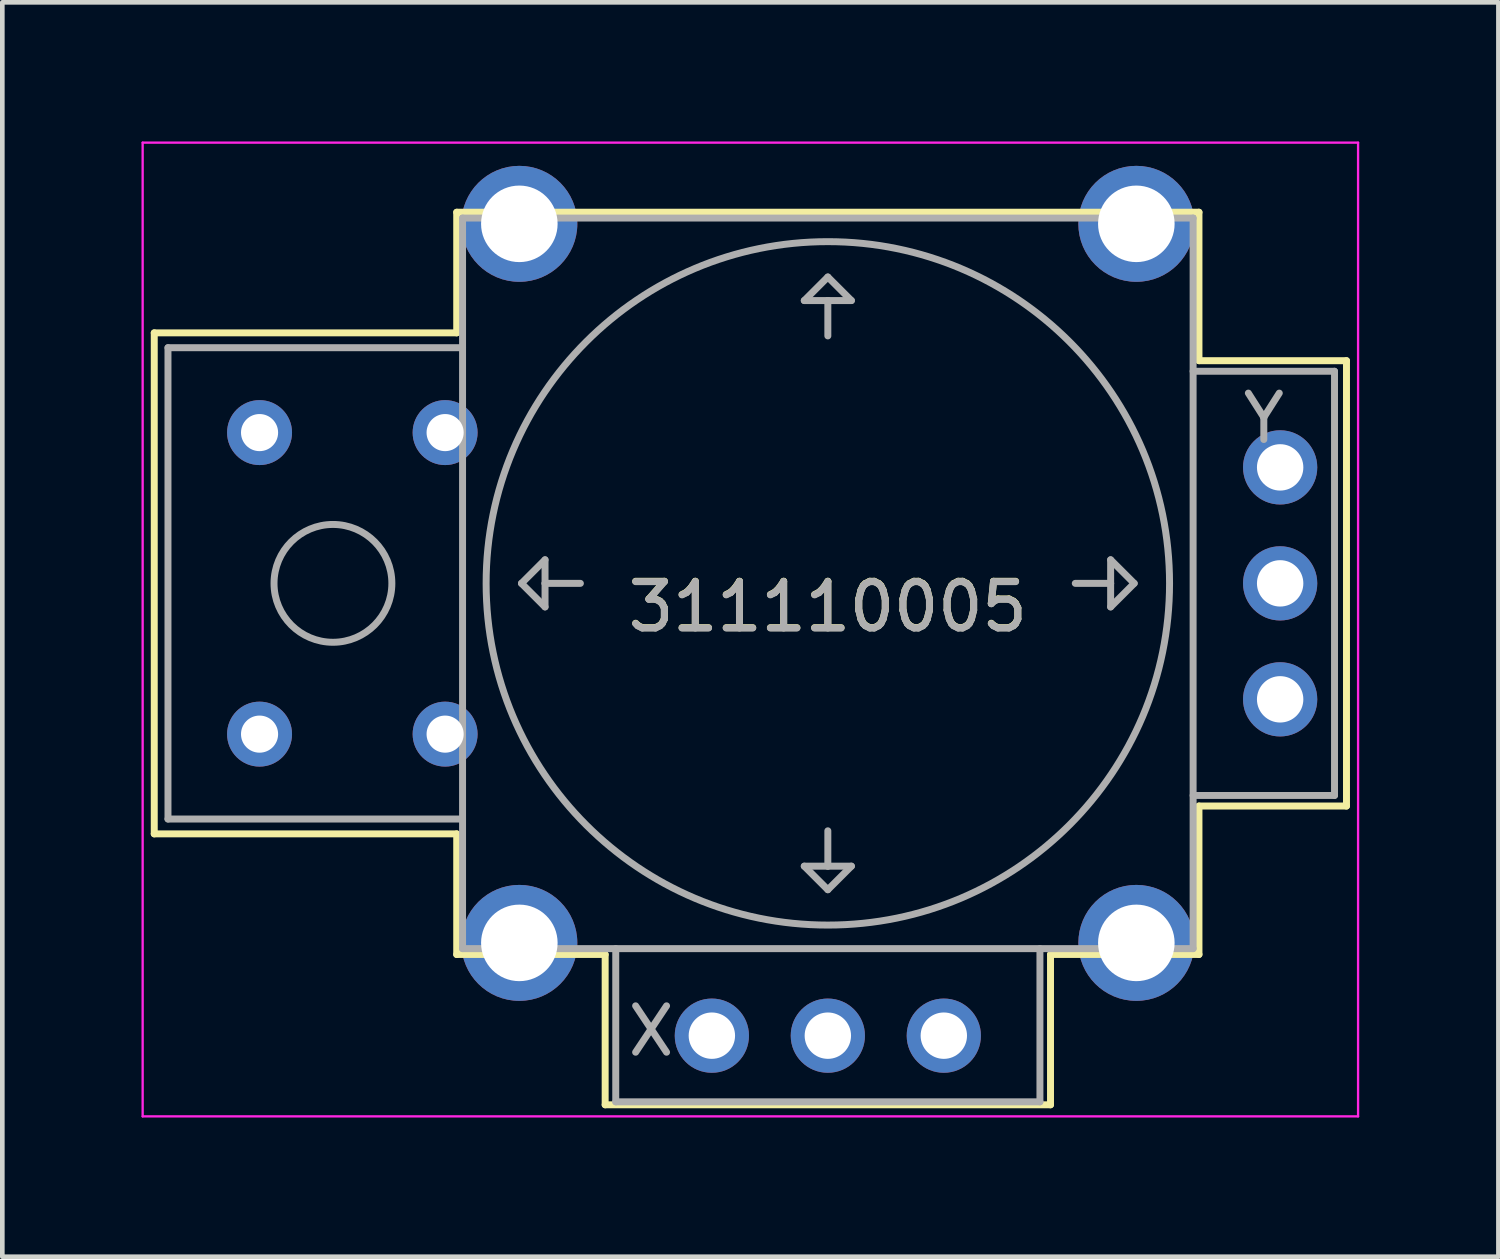
<source format=kicad_pcb>
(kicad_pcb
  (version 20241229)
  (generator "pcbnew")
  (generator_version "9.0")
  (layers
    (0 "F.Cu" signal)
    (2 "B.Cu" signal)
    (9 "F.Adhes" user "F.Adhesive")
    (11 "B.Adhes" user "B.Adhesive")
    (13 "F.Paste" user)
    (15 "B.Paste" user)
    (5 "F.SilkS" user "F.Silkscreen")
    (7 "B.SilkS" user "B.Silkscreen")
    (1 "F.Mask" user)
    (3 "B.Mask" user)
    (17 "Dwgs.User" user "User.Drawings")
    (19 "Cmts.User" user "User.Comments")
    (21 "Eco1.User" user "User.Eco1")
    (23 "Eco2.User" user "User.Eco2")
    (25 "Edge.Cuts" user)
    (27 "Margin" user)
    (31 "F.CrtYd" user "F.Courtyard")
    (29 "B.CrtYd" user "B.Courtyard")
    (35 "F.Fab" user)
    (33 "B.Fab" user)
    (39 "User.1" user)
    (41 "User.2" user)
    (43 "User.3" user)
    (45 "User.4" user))
  (footprint "311110005"
    (layer "F.Cu")
    (at 14.795 9.525)
    (property "Reference" "311110005" (at 0 0.5 0) (layer "F.SilkS") (effects (font (size 1 1) (thickness 0.15))))
    (attr through_hole)
    (fp_line (start -14.52 -5.4) (end -8 -5.4) (stroke (width 0.15) (type solid)) (layer "F.SilkS"))
    (fp_line (start -14.52 5.4) (end -14.52 -5.4) (stroke (width 0.15) (type solid)) (layer "F.SilkS"))
    (fp_line (start -8 -8) (end 8 -8) (stroke (width 0.15) (type solid)) (layer "F.SilkS"))
    (fp_line (start -8 -5.4) (end -8 -8) (stroke (width 0.15) (type solid)) (layer "F.SilkS"))
    (fp_line (start -8 5.4) (end -14.52 5.4) (stroke (width 0.15) (type solid)) (layer "F.SilkS"))
    (fp_line (start -8 8) (end -8 5.4) (stroke (width 0.15) (type solid)) (layer "F.SilkS"))
    (fp_line (start -4.8 8) (end -8 8) (stroke (width 0.15) (type solid)) (layer "F.SilkS"))
    (fp_line (start -4.8 11.24) (end -4.8 8) (stroke (width 0.15) (type solid)) (layer "F.SilkS"))
    (fp_line (start 4.8 8) (end 4.8 11.24) (stroke (width 0.15) (type solid)) (layer "F.SilkS"))
    (fp_line (start 4.8 11.24) (end -4.8 11.24) (stroke (width 0.15) (type solid)) (layer "F.SilkS"))
    (fp_line (start 8 -8) (end 8 -4.8) (stroke (width 0.15) (type solid)) (layer "F.SilkS"))
    (fp_line (start 8 -4.8) (end 11.18 -4.8) (stroke (width 0.15) (type solid)) (layer "F.SilkS"))
    (fp_line (start 8 4.8) (end 8 8) (stroke (width 0.15) (type solid)) (layer "F.SilkS"))
    (fp_line (start 8 8) (end 4.8 8) (stroke (width 0.15) (type solid)) (layer "F.SilkS"))
    (fp_line (start 11.18 -4.8) (end 11.18 4.8) (stroke (width 0.15) (type solid)) (layer "F.SilkS"))
    (fp_line (start 11.18 4.8) (end 8 4.8) (stroke (width 0.15) (type solid)) (layer "F.SilkS"))
    (fp_line (start -14.77 -9.5) (end 11.43 -9.5) (stroke (width 0.05) (type solid)) (layer "F.CrtYd"))
    (fp_line (start -14.77 11.49) (end -14.77 -9.5) (stroke (width 0.05) (type solid)) (layer "F.CrtYd"))
    (fp_line (start 11.43 -9.5) (end 11.43 11.49) (stroke (width 0.05) (type solid)) (layer "F.CrtYd"))
    (fp_line (start 11.43 11.49) (end -14.77 11.49) (stroke (width 0.05) (type solid)) (layer "F.CrtYd"))
    (fp_line (start -14.224 -5.08) (end -7.874 -5.08) (stroke (width 0.15) (type solid)) (layer "F.Fab"))
    (fp_line (start -14.224 5.08) (end -14.224 -5.08) (stroke (width 0.15) (type solid)) (layer "F.Fab"))
    (fp_line (start -7.874 -7.874) (end 7.874 -7.874) (stroke (width 0.15) (type solid)) (layer "F.Fab"))
    (fp_line (start -7.874 5.08) (end -14.224 5.08) (stroke (width 0.15) (type solid)) (layer "F.Fab"))
    (fp_line (start -7.874 7.874) (end -7.874 -7.874) (stroke (width 0.15) (type solid)) (layer "F.Fab"))
    (fp_line (start -6.604 0) (end -6.096 -0.508) (stroke (width 0.15) (type solid)) (layer "F.Fab"))
    (fp_line (start -6.096 -0.508) (end -6.096 0) (stroke (width 0.15) (type solid)) (layer "F.Fab"))
    (fp_line (start -6.096 0) (end -6.096 0.508) (stroke (width 0.15) (type solid)) (layer "F.Fab"))
    (fp_line (start -6.096 0) (end -5.334 0) (stroke (width 0.15) (type solid)) (layer "F.Fab"))
    (fp_line (start -6.096 0.508) (end -6.604 0) (stroke (width 0.15) (type solid)) (layer "F.Fab"))
    (fp_line (start -4.572 7.874) (end -4.572 11.176) (stroke (width 0.15) (type solid)) (layer "F.Fab"))
    (fp_line (start -4.572 11.176) (end 4.572 11.176) (stroke (width 0.15) (type solid)) (layer "F.Fab"))
    (fp_line (start -0.508 -6.096) (end 0 -6.604) (stroke (width 0.15) (type solid)) (layer "F.Fab"))
    (fp_line (start -0.508 6.096) (end 0 6.604) (stroke (width 0.15) (type solid)) (layer "F.Fab"))
    (fp_line (start 0 -6.604) (end 0.508 -6.096) (stroke (width 0.15) (type solid)) (layer "F.Fab"))
    (fp_line (start 0 -6.096) (end -0.508 -6.096) (stroke (width 0.15) (type solid)) (layer "F.Fab"))
    (fp_line (start 0 -6.096) (end 0 -5.334) (stroke (width 0.15) (type solid)) (layer "F.Fab"))
    (fp_line (start 0 5.334) (end 0 6.096) (stroke (width 0.15) (type solid)) (layer "F.Fab"))
    (fp_line (start 0 6.096) (end -0.508 6.096) (stroke (width 0.15) (type solid)) (layer "F.Fab"))
    (fp_line (start 0 6.604) (end 0.508 6.096) (stroke (width 0.15) (type solid)) (layer "F.Fab"))
    (fp_line (start 0.508 -6.096) (end 0 -6.096) (stroke (width 0.15) (type solid)) (layer "F.Fab"))
    (fp_line (start 0.508 6.096) (end 0 6.096) (stroke (width 0.15) (type solid)) (layer "F.Fab"))
    (fp_line (start 4.572 11.176) (end 4.572 7.874) (stroke (width 0.15) (type solid)) (layer "F.Fab"))
    (fp_line (start 6.096 -0.508) (end 6.096 0) (stroke (width 0.15) (type solid)) (layer "F.Fab"))
    (fp_line (start 6.096 0) (end 5.334 0) (stroke (width 0.15) (type solid)) (layer "F.Fab"))
    (fp_line (start 6.096 0) (end 6.096 0.508) (stroke (width 0.15) (type solid)) (layer "F.Fab"))
    (fp_line (start 6.096 0.508) (end 6.604 0) (stroke (width 0.15) (type solid)) (layer "F.Fab"))
    (fp_line (start 6.604 0) (end 6.096 -0.508) (stroke (width 0.15) (type solid)) (layer "F.Fab"))
    (fp_line (start 7.874 -7.874) (end 7.874 7.874) (stroke (width 0.15) (type solid)) (layer "F.Fab"))
    (fp_line (start 7.874 -4.572) (end 10.922 -4.572) (stroke (width 0.15) (type solid)) (layer "F.Fab"))
    (fp_line (start 7.874 7.874) (end -7.874 7.874) (stroke (width 0.15) (type solid)) (layer "F.Fab"))
    (fp_line (start 10.922 -4.572) (end 10.922 4.572) (stroke (width 0.15) (type solid)) (layer "F.Fab"))
    (fp_line (start 10.922 4.572) (end 7.874 4.572) (stroke (width 0.15) (type solid)) (layer "F.Fab"))
    (fp_circle (center -10.668 0) (end -9.398 0) (stroke (width 0.15) (type solid)) (fill no) (layer "F.Fab"))
    (fp_circle (center 0 0) (end 7.366 0) (stroke (width 0.15) (type solid)) (fill no) (layer "F.Fab"))
    (fp_text user "Y" (at 9.398 -3.556 0) (layer "F.Fab") (effects (font (size 1 1) (thickness 0.15))))
    (fp_text user "X" (at -3.81 9.652 0) (layer "F.Fab") (effects (font (size 1 1) (thickness 0.15))))
    (fp_text user "${REFERENCE}" (at 0 0.508 0) (layer "F.Fab") (effects (font (size 1 1) (thickness 0.15))))
    (pad "1" thru_hole circle (at -2.5 9.75) (size 1.6 1.6) (drill 1) (layers "*.Cu" "*.Mask"))
    (pad "2" thru_hole circle (at 0 9.75) (size 1.6 1.6) (drill 1) (layers "*.Cu" "*.Mask"))
    (pad "3" thru_hole circle (at 2.5 9.75) (size 1.6 1.6) (drill 1) (layers "*.Cu" "*.Mask"))
    (pad "4" thru_hole circle (at 9.75 2.5) (size 1.6 1.6) (drill 1) (layers "*.Cu" "*.Mask"))
    (pad "5" thru_hole circle (at 9.75 0) (size 1.6 1.6) (drill 1) (layers "*.Cu" "*.Mask"))
    (pad "6" thru_hole circle (at 9.75 -2.5) (size 1.6 1.6) (drill 1) (layers "*.Cu" "*.Mask"))
    (pad "7" thru_hole circle (at -8.25 -3.25) (size 1.4 1.4) (drill 0.8) (layers "*.Cu" "*.Mask"))
    (pad "7" thru_hole circle (at -8.25 3.25) (size 1.4 1.4) (drill 0.8) (layers "*.Cu" "*.Mask"))
    (pad "8" thru_hole circle (at -12.25 -3.25) (size 1.4 1.4) (drill 0.8) (layers "*.Cu" "*.Mask"))
    (pad "8" thru_hole circle (at -12.25 3.25) (size 1.4 1.4) (drill 0.8) (layers "*.Cu" "*.Mask"))
    (pad "9" thru_hole circle (at -6.65 -7.75) (size 2.5 2.5) (drill 1.65) (layers "*.Cu" "*.Mask"))
    (pad "9" thru_hole circle (at -6.65 7.75) (size 2.5 2.5) (drill 1.65) (layers "*.Cu" "*.Mask"))
    (pad "9" thru_hole circle (at 6.65 -7.75) (size 2.5 2.5) (drill 1.65) (layers "*.Cu" "*.Mask"))
    (pad "9" thru_hole circle (at 6.65 7.75) (size 2.5 2.5) (drill 1.65) (layers "*.Cu" "*.Mask")))
  (gr_rect
    (start -3 -3)
    (end 29.25 24.04)
    (stroke (width 0.1) (type default))
    (fill no)
    (layer "Edge.Cuts")))
</source>
